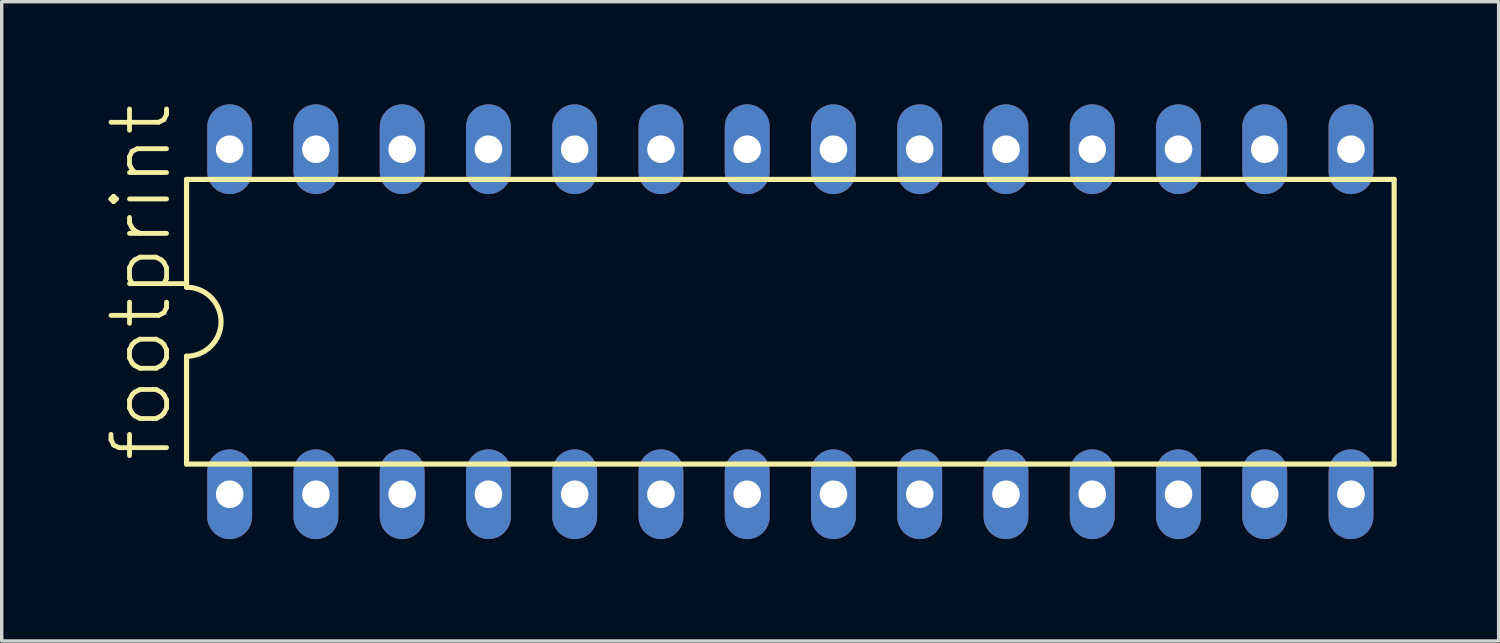
<source format=kicad_pcb>
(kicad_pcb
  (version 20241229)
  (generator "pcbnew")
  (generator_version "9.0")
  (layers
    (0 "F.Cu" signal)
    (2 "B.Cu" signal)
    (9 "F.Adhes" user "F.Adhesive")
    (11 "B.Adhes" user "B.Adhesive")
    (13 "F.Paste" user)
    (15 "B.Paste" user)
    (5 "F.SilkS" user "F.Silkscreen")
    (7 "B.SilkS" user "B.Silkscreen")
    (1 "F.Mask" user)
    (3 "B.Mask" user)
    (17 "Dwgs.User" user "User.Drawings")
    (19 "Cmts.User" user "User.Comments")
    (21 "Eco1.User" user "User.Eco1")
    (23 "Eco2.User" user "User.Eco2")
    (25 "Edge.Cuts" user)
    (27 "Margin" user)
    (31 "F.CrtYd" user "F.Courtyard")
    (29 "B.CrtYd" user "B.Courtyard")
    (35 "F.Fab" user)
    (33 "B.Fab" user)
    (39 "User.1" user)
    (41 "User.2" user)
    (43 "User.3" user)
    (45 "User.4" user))
  (footprint "footprint"
    (layer "F.Cu")
    (at 20.223 6.424)
    (property "Reference" "footprint" (at -18.161 4.191 90) (layer "F.SilkS") (effects (font (size 1.636 1.636) (thickness 0.142)) (justify left bottom)))
    (fp_line (start -17.78 -4.191) (end -17.78 -1.016) (stroke (width 0.152) (type solid)) (layer "F.SilkS"))
    (fp_line (start -17.78 4.191) (end -17.78 1.016) (stroke (width 0.152) (type solid)) (layer "F.SilkS"))
    (fp_line (start -17.78 4.191) (end 17.78 4.191) (stroke (width 0.152) (type solid)) (layer "F.SilkS"))
    (fp_line (start 17.78 -4.191) (end -17.78 -4.191) (stroke (width 0.152) (type solid)) (layer "F.SilkS"))
    (fp_line (start 17.78 -4.191) (end 17.78 4.191) (stroke (width 0.152) (type solid)) (layer "F.SilkS"))
    (fp_arc (start -17.78 -1.016) (mid -16.764 0) (end -17.78 1.016) (stroke (width 0.1524) (type solid)) (layer "F.SilkS"))
    (pad "1" thru_hole oval (at -16.51 5.08 90) (size 2.642 1.321) (drill 0.813) (layers "*.Cu" "*.Mask"))
    (pad "2" thru_hole oval (at -13.97 5.08 90) (size 2.642 1.321) (drill 0.813) (layers "*.Cu" "*.Mask"))
    (pad "3" thru_hole oval (at -11.43 5.08 90) (size 2.642 1.321) (drill 0.813) (layers "*.Cu" "*.Mask"))
    (pad "4" thru_hole oval (at -8.89 5.08 90) (size 2.642 1.321) (drill 0.813) (layers "*.Cu" "*.Mask"))
    (pad "5" thru_hole oval (at -6.35 5.08 90) (size 2.642 1.321) (drill 0.813) (layers "*.Cu" "*.Mask"))
    (pad "6" thru_hole oval (at -3.81 5.08 90) (size 2.642 1.321) (drill 0.813) (layers "*.Cu" "*.Mask"))
    (pad "7" thru_hole oval (at -1.27 5.08 90) (size 2.642 1.321) (drill 0.813) (layers "*.Cu" "*.Mask"))
    (pad "8" thru_hole oval (at 1.27 5.08 90) (size 2.642 1.321) (drill 0.813) (layers "*.Cu" "*.Mask"))
    (pad "9" thru_hole oval (at 3.81 5.08 90) (size 2.642 1.321) (drill 0.813) (layers "*.Cu" "*.Mask"))
    (pad "10" thru_hole oval (at 6.35 5.08 90) (size 2.642 1.321) (drill 0.813) (layers "*.Cu" "*.Mask"))
    (pad "11" thru_hole oval (at 8.89 5.08 90) (size 2.642 1.321) (drill 0.813) (layers "*.Cu" "*.Mask"))
    (pad "12" thru_hole oval (at 11.43 5.08 90) (size 2.642 1.321) (drill 0.813) (layers "*.Cu" "*.Mask"))
    (pad "13" thru_hole oval (at 13.97 5.08 90) (size 2.642 1.321) (drill 0.813) (layers "*.Cu" "*.Mask"))
    (pad "14" thru_hole oval (at 16.51 5.08 90) (size 2.642 1.321) (drill 0.813) (layers "*.Cu" "*.Mask"))
    (pad "15" thru_hole oval (at 16.51 -5.08 90) (size 2.642 1.321) (drill 0.813) (layers "*.Cu" "*.Mask"))
    (pad "16" thru_hole oval (at 13.97 -5.08 90) (size 2.642 1.321) (drill 0.813) (layers "*.Cu" "*.Mask"))
    (pad "17" thru_hole oval (at 11.43 -5.08 90) (size 2.642 1.321) (drill 0.813) (layers "*.Cu" "*.Mask"))
    (pad "18" thru_hole oval (at 8.89 -5.08 90) (size 2.642 1.321) (drill 0.813) (layers "*.Cu" "*.Mask"))
    (pad "19" thru_hole oval (at 6.35 -5.08 90) (size 2.642 1.321) (drill 0.813) (layers "*.Cu" "*.Mask"))
    (pad "20" thru_hole oval (at 3.81 -5.08 90) (size 2.642 1.321) (drill 0.813) (layers "*.Cu" "*.Mask"))
    (pad "21" thru_hole oval (at 1.27 -5.08 90) (size 2.642 1.321) (drill 0.813) (layers "*.Cu" "*.Mask"))
    (pad "22" thru_hole oval (at -1.27 -5.08 90) (size 2.642 1.321) (drill 0.813) (layers "*.Cu" "*.Mask"))
    (pad "23" thru_hole oval (at -3.81 -5.08 90) (size 2.642 1.321) (drill 0.813) (layers "*.Cu" "*.Mask"))
    (pad "24" thru_hole oval (at -6.35 -5.08 90) (size 2.642 1.321) (drill 0.813) (layers "*.Cu" "*.Mask"))
    (pad "25" thru_hole oval (at -8.89 -5.08 90) (size 2.642 1.321) (drill 0.813) (layers "*.Cu" "*.Mask"))
    (pad "26" thru_hole oval (at -11.43 -5.08 90) (size 2.642 1.321) (drill 0.813) (layers "*.Cu" "*.Mask"))
    (pad "27" thru_hole oval (at -13.97 -5.08 90) (size 2.642 1.321) (drill 0.813) (layers "*.Cu" "*.Mask"))
    (pad "28" thru_hole oval (at -16.51 -5.08 90) (size 2.642 1.321) (drill 0.813) (layers "*.Cu" "*.Mask")))
  (gr_rect
    (start -3 -3)
    (end 41.08 15.825)
    (stroke (width 0.1) (type default))
    (fill no)
    (layer "Edge.Cuts")))
</source>
